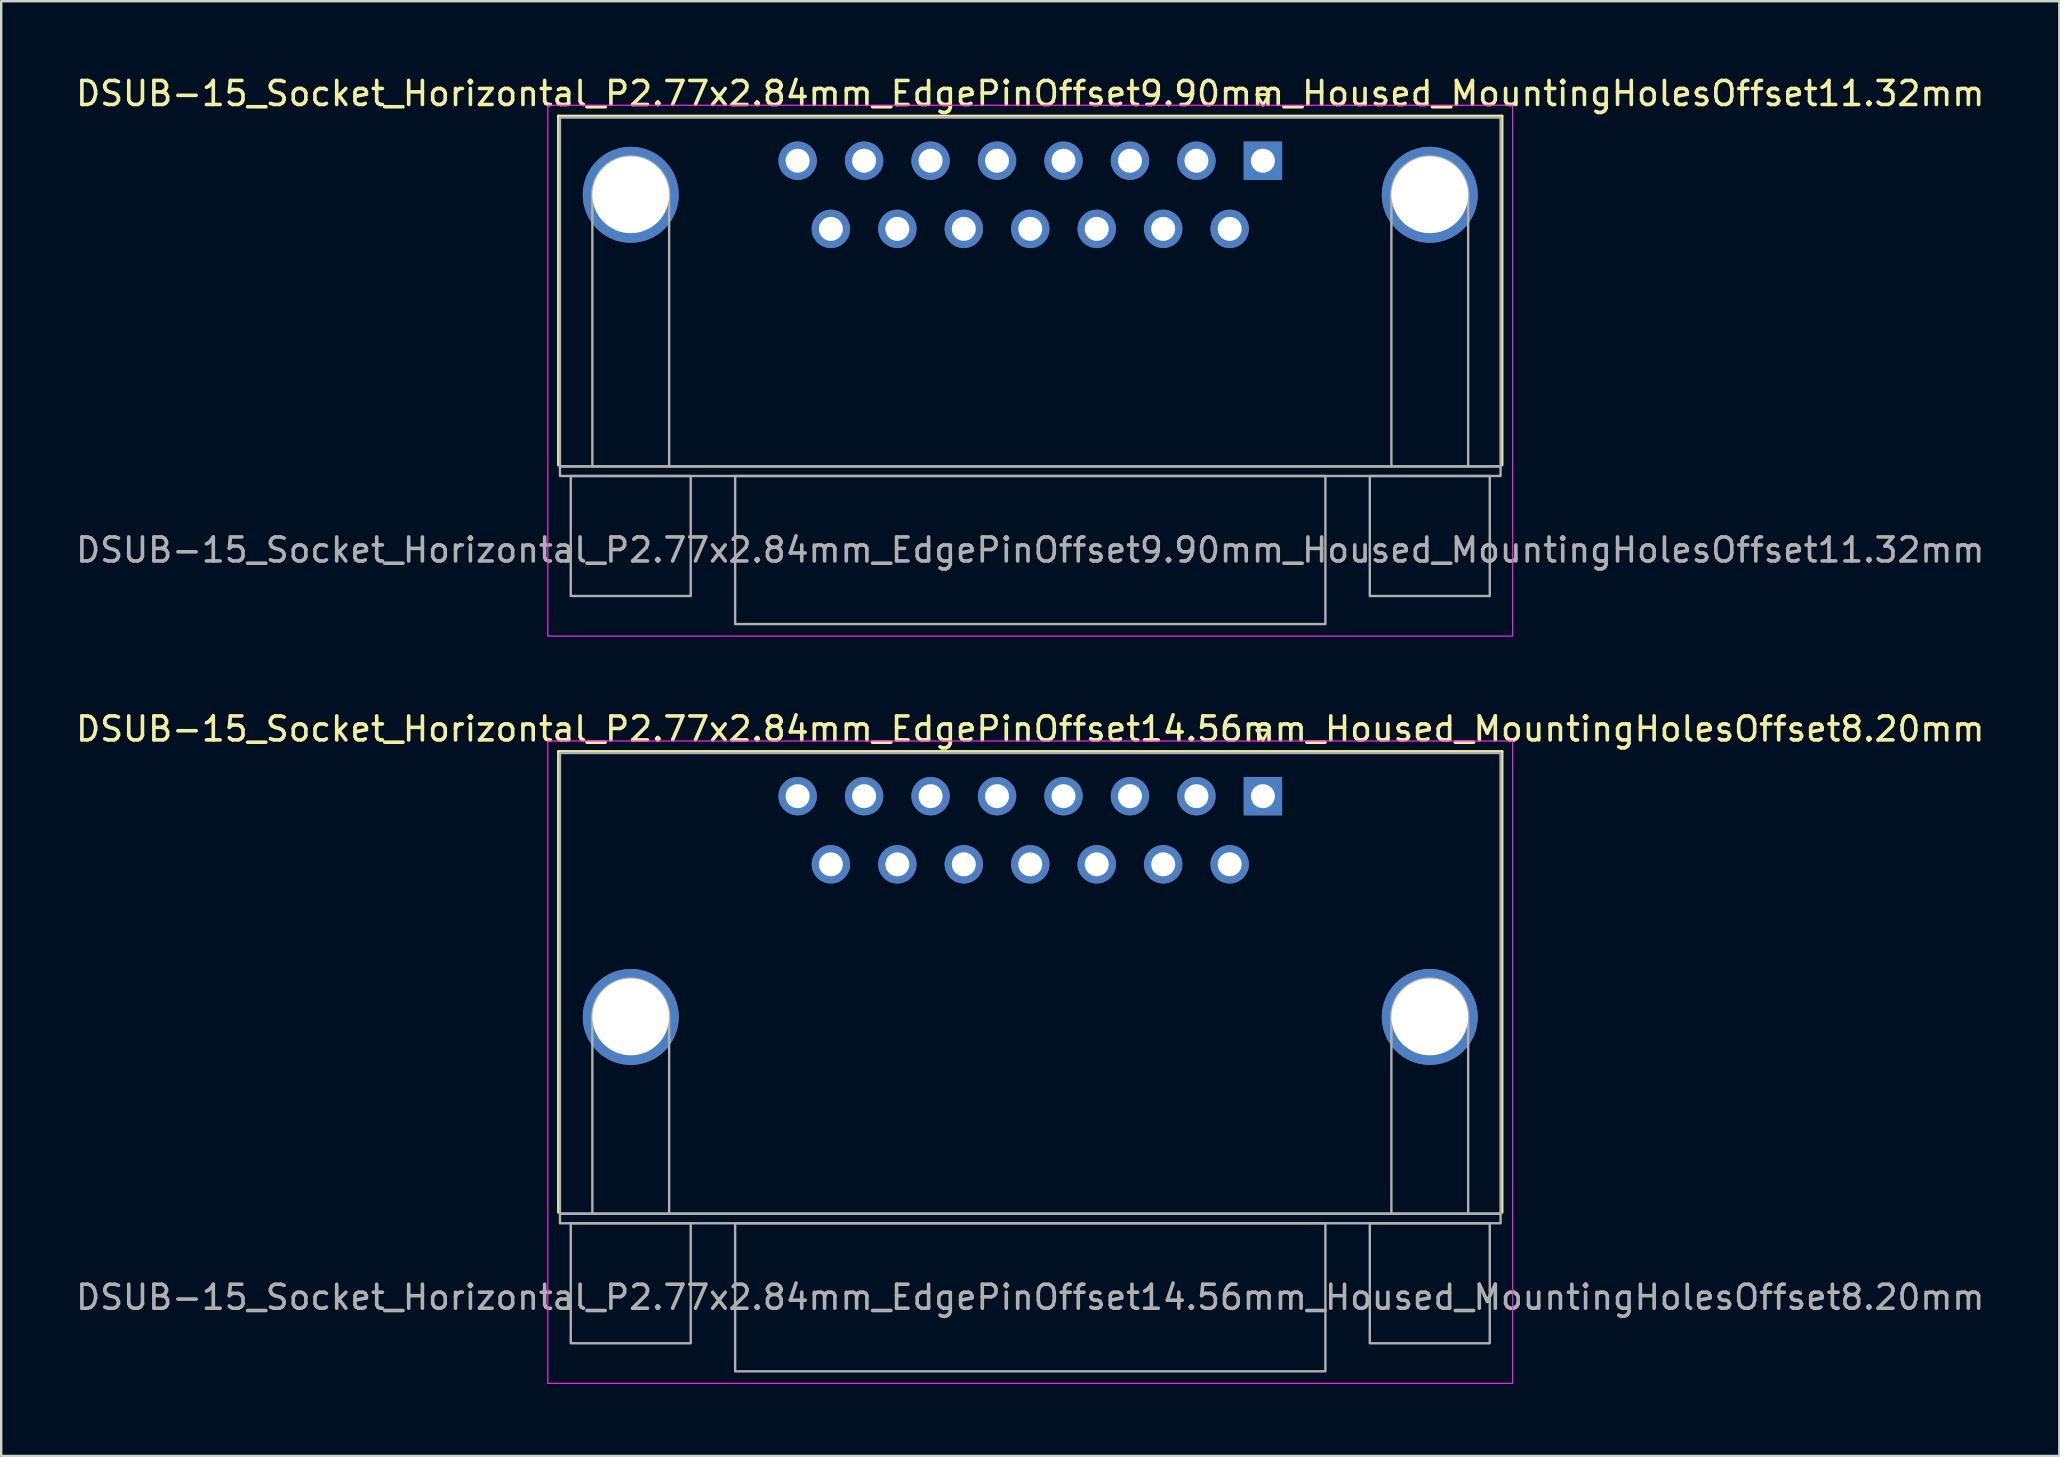
<source format=kicad_pcb>
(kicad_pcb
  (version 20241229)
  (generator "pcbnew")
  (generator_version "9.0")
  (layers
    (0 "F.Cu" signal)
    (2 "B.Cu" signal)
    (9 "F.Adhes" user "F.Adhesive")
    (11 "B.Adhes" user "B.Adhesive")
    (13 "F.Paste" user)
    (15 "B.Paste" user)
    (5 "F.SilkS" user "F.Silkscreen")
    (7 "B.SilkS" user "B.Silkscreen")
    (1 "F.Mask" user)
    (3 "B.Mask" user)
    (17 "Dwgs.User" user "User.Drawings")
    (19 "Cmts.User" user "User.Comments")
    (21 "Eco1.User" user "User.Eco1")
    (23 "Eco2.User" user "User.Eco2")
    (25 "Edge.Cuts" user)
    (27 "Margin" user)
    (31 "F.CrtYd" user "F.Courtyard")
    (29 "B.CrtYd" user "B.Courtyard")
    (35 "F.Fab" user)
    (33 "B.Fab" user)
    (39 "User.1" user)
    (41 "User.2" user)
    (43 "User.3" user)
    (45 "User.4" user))
  (footprint "DSUB-15_Socket_Horizontal_P2.77x2.84mm_EdgePinOffset9.90mm_Housed_MountingHolesOffset11.32mm"
    (layer "F.Cu")
    (at 49.582 3.648)
    (property "Reference" "DSUB-15_Socket_Horizontal_P2.77x2.84mm_EdgePinOffset9.90mm_Housed_MountingHolesOffset11.32mm" (at -9.695 -2.8 0) (layer "F.SilkS") (effects (font (size 1 1) (thickness 0.15))))
    (attr through_hole)
    (fp_line (start -29.355 -1.86) (end 9.965 -1.86) (stroke (width 0.12) (type solid)) (layer "F.SilkS"))
    (fp_line (start -29.355 12.68) (end -29.355 -1.86) (stroke (width 0.12) (type solid)) (layer "F.SilkS"))
    (fp_line (start -0.25 -2.754) (end 0.25 -2.754) (stroke (width 0.12) (type solid)) (layer "F.SilkS"))
    (fp_line (start 0 -2.321) (end -0.25 -2.754) (stroke (width 0.12) (type solid)) (layer "F.SilkS"))
    (fp_line (start 0.25 -2.754) (end 0 -2.321) (stroke (width 0.12) (type solid)) (layer "F.SilkS"))
    (fp_line (start 9.965 -1.86) (end 9.965 12.68) (stroke (width 0.12) (type solid)) (layer "F.SilkS"))
    (fp_rect (start -29.8 -2.31) (end 10.41 19.81) (stroke (width 0.05) (type solid)) (fill no) (layer "F.CrtYd"))
    (fp_line (start -27.945 12.74) (end -27.945 1.42) (stroke (width 0.1) (type solid)) (layer "F.Fab"))
    (fp_line (start -24.745 12.74) (end -24.745 1.42) (stroke (width 0.1) (type solid)) (layer "F.Fab"))
    (fp_line (start 5.355 12.74) (end 5.355 1.42) (stroke (width 0.1) (type solid)) (layer "F.Fab"))
    (fp_line (start 8.555 12.74) (end 8.555 1.42) (stroke (width 0.1) (type solid)) (layer "F.Fab"))
    (fp_rect (start -29.295 -1.8) (end 9.905 12.74) (stroke (width 0.1) (type solid)) (fill no) (layer "F.Fab"))
    (fp_rect (start -29.295 12.74) (end 9.905 13.14) (stroke (width 0.1) (type solid)) (fill no) (layer "F.Fab"))
    (fp_rect (start -28.845 13.14) (end -23.845 18.14) (stroke (width 0.1) (type solid)) (fill no) (layer "F.Fab"))
    (fp_rect (start -21.995 13.14) (end 2.605 19.31) (stroke (width 0.1) (type solid)) (fill no) (layer "F.Fab"))
    (fp_rect (start 4.455 13.14) (end 9.455 18.14) (stroke (width 0.1) (type solid)) (fill no) (layer "F.Fab"))
    (fp_arc (start -27.945 1.42) (mid -26.345 -0.18) (end -24.745 1.42) (stroke (width 0.1) (type solid)) (layer "F.Fab"))
    (fp_arc (start 5.355 1.42) (mid 6.955 -0.18) (end 8.555 1.42) (stroke (width 0.1) (type solid)) (layer "F.Fab"))
    (fp_text user "${REFERENCE}" (at -9.695 16.225 0) (layer "F.Fab") (effects (font (size 1 1) (thickness 0.15))))
    (pad "1" thru_hole rect (at 0 0) (size 1.6 1.6) (drill 1) (layers "*.Cu" "*.Mask"))
    (pad "2" thru_hole circle (at -2.77 0) (size 1.6 1.6) (drill 1) (layers "*.Cu" "*.Mask"))
    (pad "3" thru_hole circle (at -5.54 0) (size 1.6 1.6) (drill 1) (layers "*.Cu" "*.Mask"))
    (pad "4" thru_hole circle (at -8.31 0) (size 1.6 1.6) (drill 1) (layers "*.Cu" "*.Mask"))
    (pad "5" thru_hole circle (at -11.08 0) (size 1.6 1.6) (drill 1) (layers "*.Cu" "*.Mask"))
    (pad "6" thru_hole circle (at -13.85 0) (size 1.6 1.6) (drill 1) (layers "*.Cu" "*.Mask"))
    (pad "7" thru_hole circle (at -16.62 0) (size 1.6 1.6) (drill 1) (layers "*.Cu" "*.Mask"))
    (pad "8" thru_hole circle (at -19.39 0) (size 1.6 1.6) (drill 1) (layers "*.Cu" "*.Mask"))
    (pad "9" thru_hole circle (at -1.385 2.84) (size 1.6 1.6) (drill 1) (layers "*.Cu" "*.Mask"))
    (pad "10" thru_hole circle (at -4.155 2.84) (size 1.6 1.6) (drill 1) (layers "*.Cu" "*.Mask"))
    (pad "11" thru_hole circle (at -6.925 2.84) (size 1.6 1.6) (drill 1) (layers "*.Cu" "*.Mask"))
    (pad "12" thru_hole circle (at -9.695 2.84) (size 1.6 1.6) (drill 1) (layers "*.Cu" "*.Mask"))
    (pad "13" thru_hole circle (at -12.465 2.84) (size 1.6 1.6) (drill 1) (layers "*.Cu" "*.Mask"))
    (pad "14" thru_hole circle (at -15.235 2.84) (size 1.6 1.6) (drill 1) (layers "*.Cu" "*.Mask"))
    (pad "15" thru_hole circle (at -18.005 2.84) (size 1.6 1.6) (drill 1) (layers "*.Cu" "*.Mask"))
    (pad "SH" thru_hole circle (at -26.345 1.42) (size 4 4) (drill 3.2) (layers "*.Cu" "*.Mask"))
    (pad "SH" thru_hole circle (at 6.955 1.42) (size 4 4) (drill 3.2) (layers "*.Cu" "*.Mask")))
  (footprint "DSUB-15_Socket_Horizontal_P2.77x2.84mm_EdgePinOffset14.56mm_Housed_MountingHolesOffset8.20mm"
    (layer "F.Cu")
    (at 49.582 30.131)
    (property "Reference" "DSUB-15_Socket_Horizontal_P2.77x2.84mm_EdgePinOffset14.56mm_Housed_MountingHolesOffset8.20mm" (at -9.695 -2.8 0) (layer "F.SilkS") (effects (font (size 1 1) (thickness 0.15))))
    (attr through_hole)
    (fp_line (start -29.355 -1.86) (end 9.965 -1.86) (stroke (width 0.12) (type solid)) (layer "F.SilkS"))
    (fp_line (start -29.355 17.34) (end -29.355 -1.86) (stroke (width 0.12) (type solid)) (layer "F.SilkS"))
    (fp_line (start -0.25 -2.754) (end 0.25 -2.754) (stroke (width 0.12) (type solid)) (layer "F.SilkS"))
    (fp_line (start 0 -2.321) (end -0.25 -2.754) (stroke (width 0.12) (type solid)) (layer "F.SilkS"))
    (fp_line (start 0.25 -2.754) (end 0 -2.321) (stroke (width 0.12) (type solid)) (layer "F.SilkS"))
    (fp_line (start 9.965 -1.86) (end 9.965 17.34) (stroke (width 0.12) (type solid)) (layer "F.SilkS"))
    (fp_rect (start -29.8 -2.3) (end 10.41 24.47) (stroke (width 0.05) (type solid)) (fill no) (layer "F.CrtYd"))
    (fp_line (start -27.945 17.4) (end -27.945 9.2) (stroke (width 0.1) (type solid)) (layer "F.Fab"))
    (fp_line (start -24.745 17.4) (end -24.745 9.2) (stroke (width 0.1) (type solid)) (layer "F.Fab"))
    (fp_line (start 5.355 17.4) (end 5.355 9.2) (stroke (width 0.1) (type solid)) (layer "F.Fab"))
    (fp_line (start 8.555 17.4) (end 8.555 9.2) (stroke (width 0.1) (type solid)) (layer "F.Fab"))
    (fp_rect (start -29.295 -1.8) (end 9.905 17.4) (stroke (width 0.1) (type solid)) (fill no) (layer "F.Fab"))
    (fp_rect (start -29.295 17.4) (end 9.905 17.8) (stroke (width 0.1) (type solid)) (fill no) (layer "F.Fab"))
    (fp_rect (start -28.845 17.8) (end -23.845 22.8) (stroke (width 0.1) (type solid)) (fill no) (layer "F.Fab"))
    (fp_rect (start -21.995 17.8) (end 2.605 23.97) (stroke (width 0.1) (type solid)) (fill no) (layer "F.Fab"))
    (fp_rect (start 4.455 17.8) (end 9.455 22.8) (stroke (width 0.1) (type solid)) (fill no) (layer "F.Fab"))
    (fp_arc (start -27.945 9.2) (mid -26.345 7.6) (end -24.745 9.2) (stroke (width 0.1) (type solid)) (layer "F.Fab"))
    (fp_arc (start 5.355 9.2) (mid 6.955 7.6) (end 8.555 9.2) (stroke (width 0.1) (type solid)) (layer "F.Fab"))
    (fp_text user "${REFERENCE}" (at -9.695 20.885 0) (layer "F.Fab") (effects (font (size 1 1) (thickness 0.15))))
    (pad "1" thru_hole rect (at 0 0) (size 1.6 1.6) (drill 1) (layers "*.Cu" "*.Mask"))
    (pad "2" thru_hole circle (at -2.77 0) (size 1.6 1.6) (drill 1) (layers "*.Cu" "*.Mask"))
    (pad "3" thru_hole circle (at -5.54 0) (size 1.6 1.6) (drill 1) (layers "*.Cu" "*.Mask"))
    (pad "4" thru_hole circle (at -8.31 0) (size 1.6 1.6) (drill 1) (layers "*.Cu" "*.Mask"))
    (pad "5" thru_hole circle (at -11.08 0) (size 1.6 1.6) (drill 1) (layers "*.Cu" "*.Mask"))
    (pad "6" thru_hole circle (at -13.85 0) (size 1.6 1.6) (drill 1) (layers "*.Cu" "*.Mask"))
    (pad "7" thru_hole circle (at -16.62 0) (size 1.6 1.6) (drill 1) (layers "*.Cu" "*.Mask"))
    (pad "8" thru_hole circle (at -19.39 0) (size 1.6 1.6) (drill 1) (layers "*.Cu" "*.Mask"))
    (pad "9" thru_hole circle (at -1.385 2.84) (size 1.6 1.6) (drill 1) (layers "*.Cu" "*.Mask"))
    (pad "10" thru_hole circle (at -4.155 2.84) (size 1.6 1.6) (drill 1) (layers "*.Cu" "*.Mask"))
    (pad "11" thru_hole circle (at -6.925 2.84) (size 1.6 1.6) (drill 1) (layers "*.Cu" "*.Mask"))
    (pad "12" thru_hole circle (at -9.695 2.84) (size 1.6 1.6) (drill 1) (layers "*.Cu" "*.Mask"))
    (pad "13" thru_hole circle (at -12.465 2.84) (size 1.6 1.6) (drill 1) (layers "*.Cu" "*.Mask"))
    (pad "14" thru_hole circle (at -15.235 2.84) (size 1.6 1.6) (drill 1) (layers "*.Cu" "*.Mask"))
    (pad "15" thru_hole circle (at -18.005 2.84) (size 1.6 1.6) (drill 1) (layers "*.Cu" "*.Mask"))
    (pad "SH" thru_hole circle (at -26.345 9.2) (size 4 4) (drill 3.2) (layers "*.Cu" "*.Mask"))
    (pad "SH" thru_hole circle (at 6.955 9.2) (size 4 4) (drill 3.2) (layers "*.Cu" "*.Mask")))
  (gr_rect
    (start -3 -3)
    (end 82.774 57.627)
    (stroke (width 0.1) (type default))
    (fill no)
    (layer "Edge.Cuts")))
</source>
